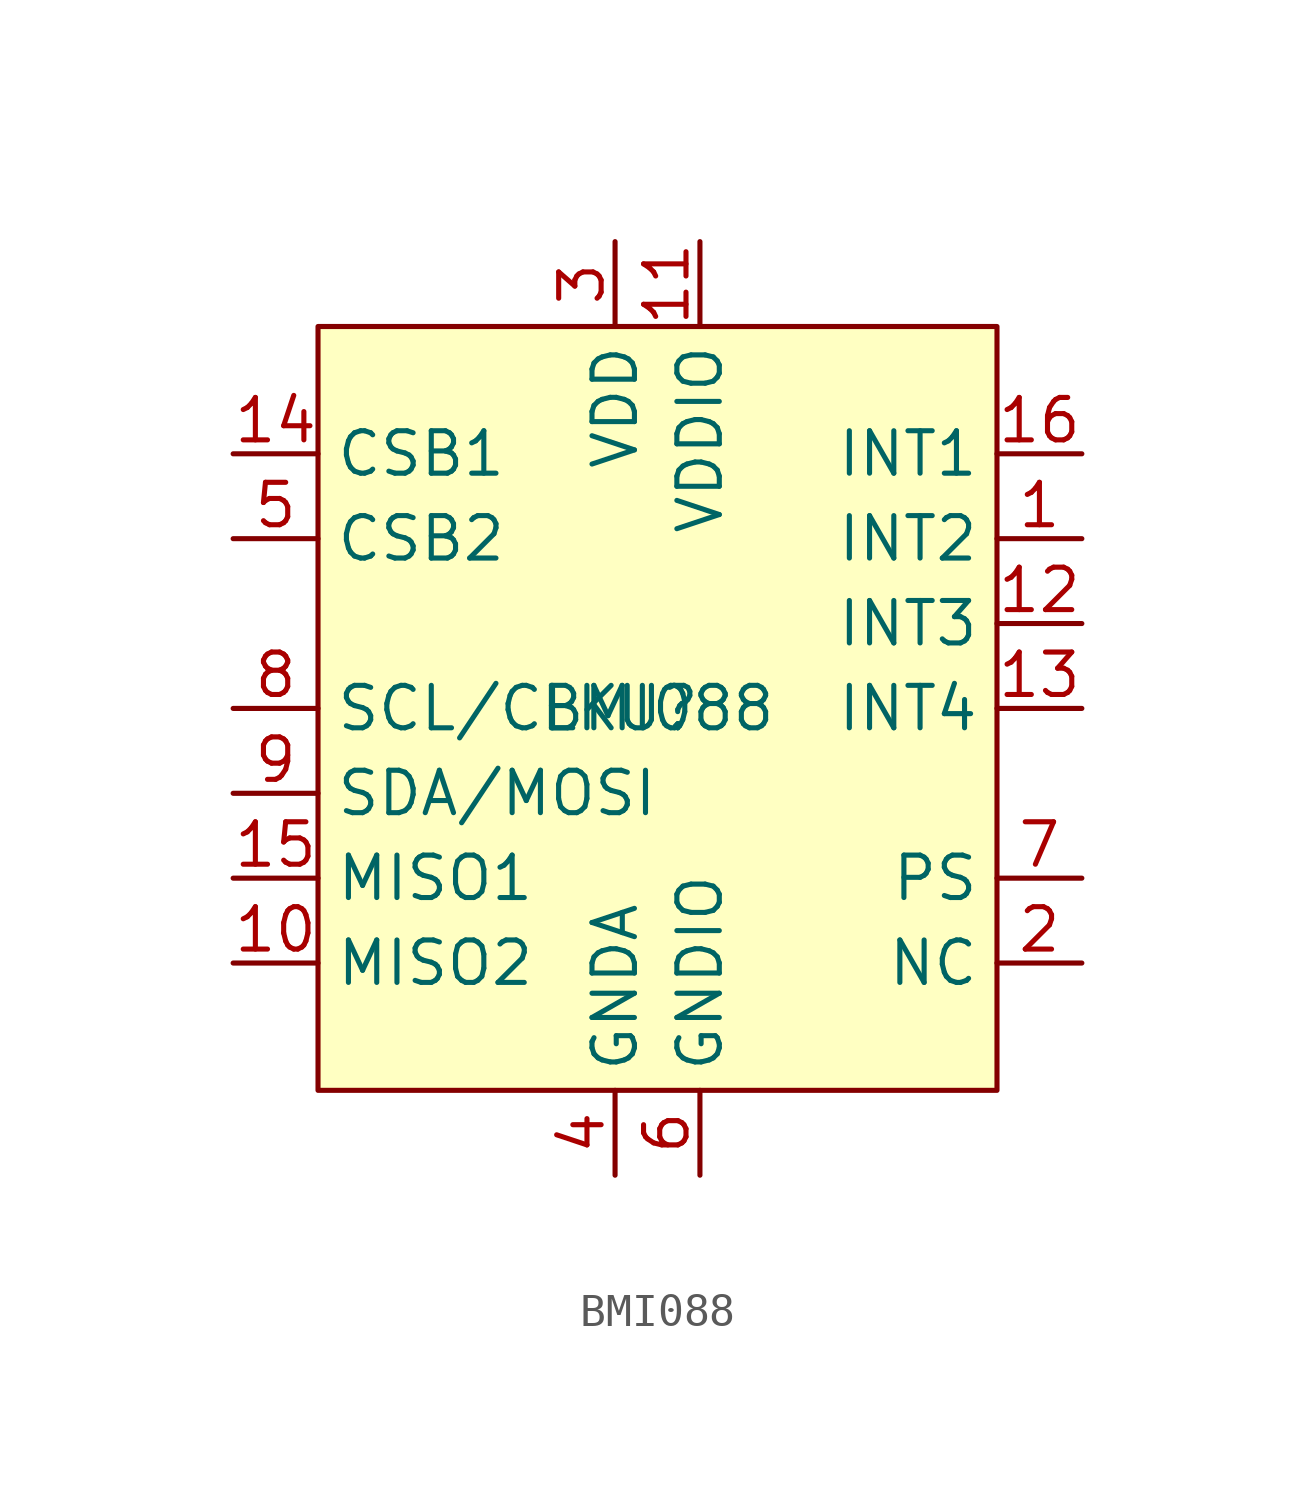
<source format=kicad_sym>
(kicad_symbol_lib
  (version 20220914)
  (generator kicad_symbol_editor)
  (symbol "BMI088"
    (property "Reference" "U"
      (at 0 0 0)
      (effects (font (size 1.27 1.27))))
    (property "Value" "BMI088"
      (at 0 0 0)
      (effects (font (size 1.27 1.27))))
    (symbol "BMI088_1_1"
      (rectangle (start -10.16 11.43) (end 10.16 -11.43) (stroke (width 0) (type default)) (fill (type background)))
      (pin bidirectional line (at 12.7 5.08 180) (length 2.54) (name "INT2" (effects (font (size 1.27 1.27)))) (number "1" (effects (font (size 1.27 1.27)))))
      (pin output line (at -12.7 -7.62 0) (length 2.54) (name "MISO2" (effects (font (size 1.27 1.27)))) (number "10" (effects (font (size 1.27 1.27)))))
      (pin power_in line (at 1.27 13.97 270) (length 2.54) (name "VDDIO" (effects (font (size 1.27 1.27)))) (number "11" (effects (font (size 1.27 1.27)))))
      (pin output line (at 12.7 2.54 180) (length 2.54) (name "INT3" (effects (font (size 1.27 1.27)))) (number "12" (effects (font (size 1.27 1.27)))))
      (pin output line (at 12.7 0 180) (length 2.54) (name "INT4" (effects (font (size 1.27 1.27)))) (number "13" (effects (font (size 1.27 1.27)))))
      (pin input line (at -12.7 7.62 0) (length 2.54) (name "CSB1" (effects (font (size 1.27 1.27)))) (number "14" (effects (font (size 1.27 1.27)))))
      (pin output line (at -12.7 -5.08 0) (length 2.54) (name "MISO1" (effects (font (size 1.27 1.27)))) (number "15" (effects (font (size 1.27 1.27)))))
      (pin bidirectional line (at 12.7 7.62 180) (length 2.54) (name "INT1" (effects (font (size 1.27 1.27)))) (number "16" (effects (font (size 1.27 1.27)))))
      (pin input line (at 12.7 -7.62 180) (length 2.54) (name "NC" (effects (font (size 1.27 1.27)))) (number "2" (effects (font (size 1.27 1.27)))))
      (pin power_in line (at -1.27 13.97 270) (length 2.54) (name "VDD" (effects (font (size 1.27 1.27)))) (number "3" (effects (font (size 1.27 1.27)))))
      (pin power_out line (at -1.27 -13.97 90) (length 2.54) (name "GNDA" (effects (font (size 1.27 1.27)))) (number "4" (effects (font (size 1.27 1.27)))))
      (pin input line (at -12.7 5.08 0) (length 2.54) (name "CSB2" (effects (font (size 1.27 1.27)))) (number "5" (effects (font (size 1.27 1.27)))))
      (pin power_out line (at 1.27 -13.97 90) (length 2.54) (name "GNDIO" (effects (font (size 1.27 1.27)))) (number "6" (effects (font (size 1.27 1.27)))))
      (pin input line (at 12.7 -5.08 180) (length 2.54) (name "PS" (effects (font (size 1.27 1.27)))) (number "7" (effects (font (size 1.27 1.27)))))
      (pin input line (at -12.7 0 0) (length 2.54) (name "SCL/CLK" (effects (font (size 1.27 1.27)))) (number "8" (effects (font (size 1.27 1.27)))))
      (pin input line (at -12.7 -2.54 0) (length 2.54) (name "SDA/MOSI" (effects (font (size 1.27 1.27)))) (number "9" (effects (font (size 1.27 1.27))))))))
</source>
